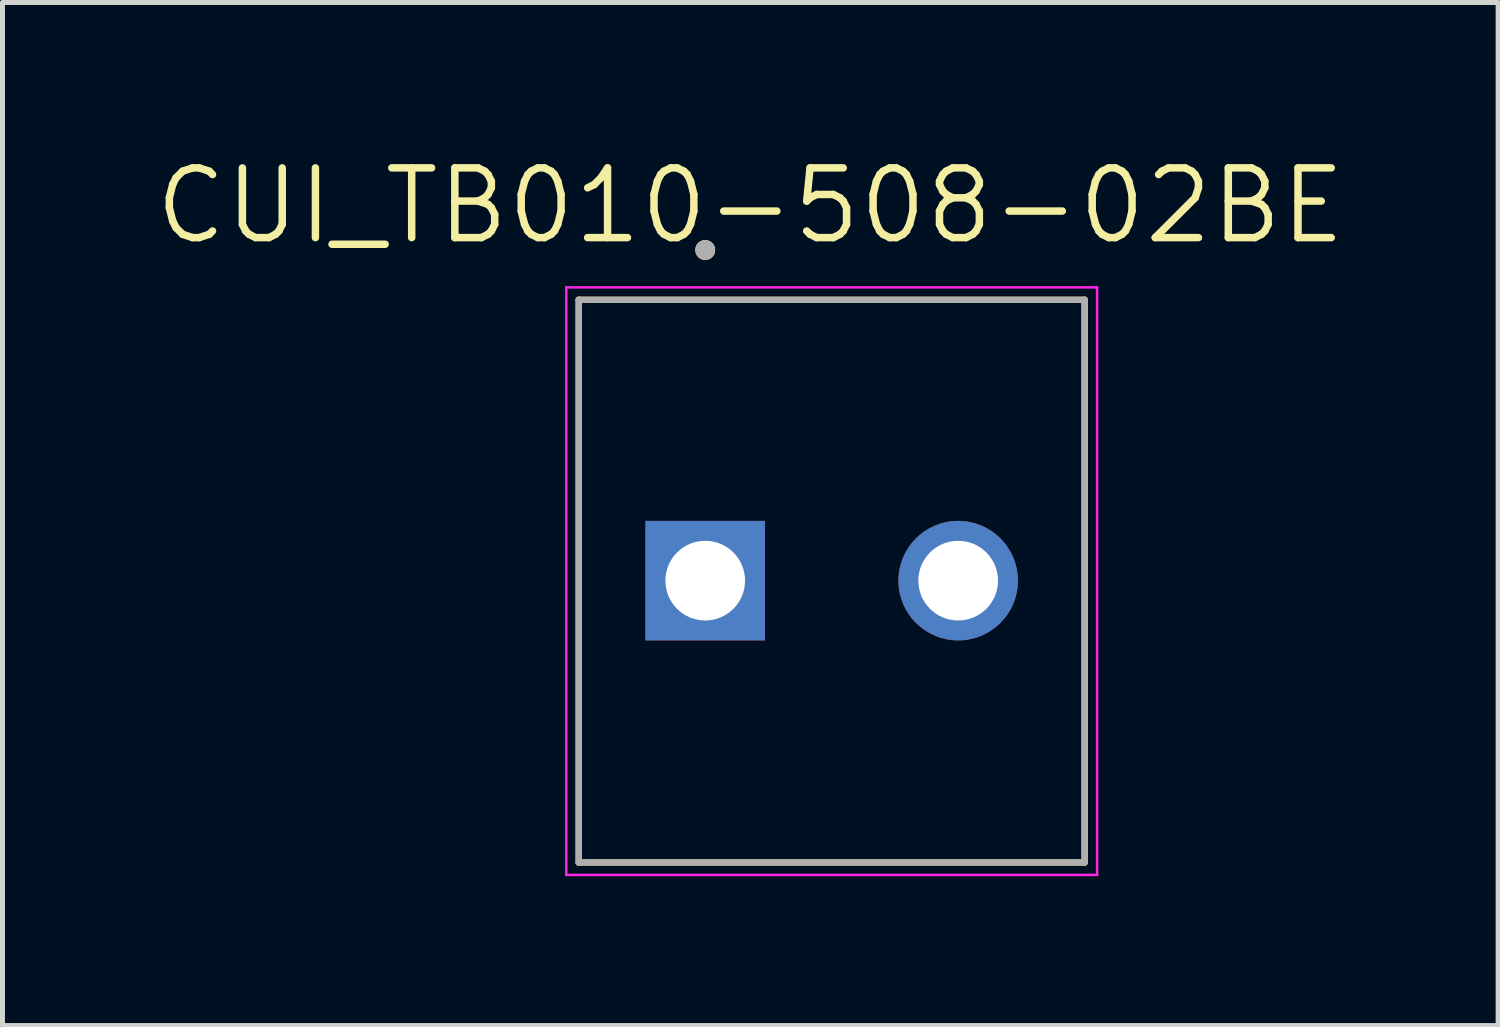
<source format=kicad_pcb>
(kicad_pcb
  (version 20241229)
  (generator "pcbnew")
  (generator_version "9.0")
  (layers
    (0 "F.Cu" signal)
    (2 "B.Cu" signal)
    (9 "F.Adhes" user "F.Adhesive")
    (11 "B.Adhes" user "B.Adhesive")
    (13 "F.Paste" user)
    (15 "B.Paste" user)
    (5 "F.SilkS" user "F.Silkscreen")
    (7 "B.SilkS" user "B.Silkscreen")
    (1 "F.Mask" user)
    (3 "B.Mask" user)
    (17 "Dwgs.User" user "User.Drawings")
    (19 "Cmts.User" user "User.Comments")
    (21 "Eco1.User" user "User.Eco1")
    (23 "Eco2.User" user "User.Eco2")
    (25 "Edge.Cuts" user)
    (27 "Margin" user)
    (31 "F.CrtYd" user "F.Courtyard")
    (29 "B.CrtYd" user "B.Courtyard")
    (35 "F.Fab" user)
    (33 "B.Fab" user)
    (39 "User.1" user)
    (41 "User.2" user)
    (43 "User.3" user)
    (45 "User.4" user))
  (footprint "CUI_TB010-508-02BE"
    (layer "F.Cu")
    (at 11.113 8.611)
    (property "Reference" "CUI_TB010-508-02BE" (at 0.905 -7.529 0) (layer "F.SilkS") (effects (font (size 1.4 1.4) (thickness 0.15))))
    (attr through_hole)
    (fp_line (start -2.54 -5.64) (end 7.62 -5.64) (stroke (width 0.127) (type solid)) (layer "F.SilkS"))
    (fp_line (start -2.54 5.66) (end -2.54 -5.64) (stroke (width 0.127) (type solid)) (layer "F.SilkS"))
    (fp_line (start 7.62 -5.64) (end 7.62 5.66) (stroke (width 0.127) (type solid)) (layer "F.SilkS"))
    (fp_line (start 7.62 5.66) (end -2.54 5.66) (stroke (width 0.127) (type solid)) (layer "F.SilkS"))
    (fp_circle (center 0 -6.64) (end 0.1 -6.64) (stroke (width 0.2) (type solid)) (fill no) (layer "F.SilkS"))
    (fp_line (start -2.79 -5.89) (end 7.87 -5.89) (stroke (width 0.05) (type solid)) (layer "F.CrtYd"))
    (fp_line (start -2.79 5.91) (end -2.79 -5.89) (stroke (width 0.05) (type solid)) (layer "F.CrtYd"))
    (fp_line (start 7.87 -5.89) (end 7.87 5.91) (stroke (width 0.05) (type solid)) (layer "F.CrtYd"))
    (fp_line (start 7.87 5.91) (end -2.79 5.91) (stroke (width 0.05) (type solid)) (layer "F.CrtYd"))
    (fp_line (start -2.54 -5.64) (end 7.62 -5.64) (stroke (width 0.127) (type solid)) (layer "F.Fab"))
    (fp_line (start -2.54 5.66) (end -2.54 -5.64) (stroke (width 0.127) (type solid)) (layer "F.Fab"))
    (fp_line (start 7.62 -5.64) (end 7.62 5.66) (stroke (width 0.127) (type solid)) (layer "F.Fab"))
    (fp_line (start 7.62 5.66) (end -2.54 5.66) (stroke (width 0.127) (type solid)) (layer "F.Fab"))
    (fp_circle (center 0 -6.64) (end 0.1 -6.64) (stroke (width 0.2) (type solid)) (fill no) (layer "F.Fab"))
    (pad "1" thru_hole rect (at 0 0) (size 2.4 2.4) (drill 1.6) (layers "*.Cu" "*.Mask"))
    (pad "2" thru_hole circle (at 5.08 0) (size 2.4 2.4) (drill 1.6) (layers "*.Cu" "*.Mask")))
  (gr_rect
    (start -3 -3)
    (end 27.037 17.546)
    (stroke (width 0.1) (type default))
    (fill no)
    (layer "Edge.Cuts")))
</source>
